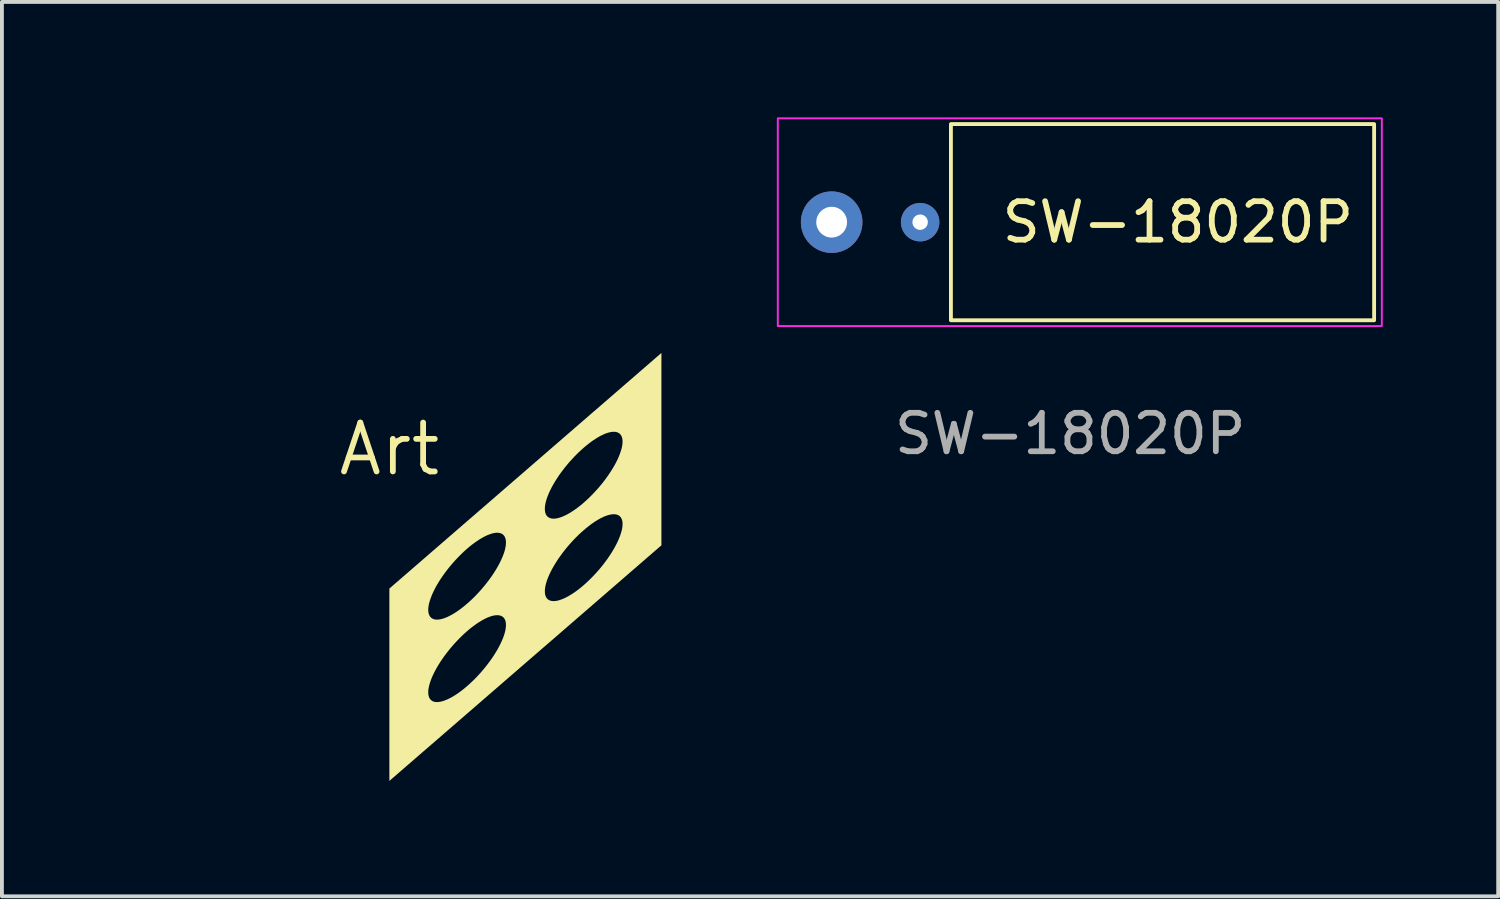
<source format=kicad_pcb>
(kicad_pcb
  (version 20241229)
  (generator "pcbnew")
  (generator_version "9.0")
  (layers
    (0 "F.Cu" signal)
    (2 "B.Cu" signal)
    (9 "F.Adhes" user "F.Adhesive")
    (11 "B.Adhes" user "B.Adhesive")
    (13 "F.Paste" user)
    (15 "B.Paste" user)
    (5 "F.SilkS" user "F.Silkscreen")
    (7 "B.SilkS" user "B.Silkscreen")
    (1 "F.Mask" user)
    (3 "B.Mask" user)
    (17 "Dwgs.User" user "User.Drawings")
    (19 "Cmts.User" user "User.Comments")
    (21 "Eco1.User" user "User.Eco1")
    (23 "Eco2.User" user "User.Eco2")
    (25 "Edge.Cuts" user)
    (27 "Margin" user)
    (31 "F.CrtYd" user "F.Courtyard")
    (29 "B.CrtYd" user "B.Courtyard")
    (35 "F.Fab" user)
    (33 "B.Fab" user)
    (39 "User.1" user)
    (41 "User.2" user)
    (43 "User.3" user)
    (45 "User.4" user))
  (footprint "SW-18020P"
    (layer "F.Cu")
    (at 18.567 2.725)
    (property "Reference" "SW-18020P" (at 9 0 0) (unlocked yes) (layer "F.SilkS") (effects (font (size 1 1) (thickness 0.15))))
    (attr through_hole)
    (fp_rect (start 3.1 -2.55) (end 14.1 2.55) (stroke (width 0.1) (type default)) (fill no) (layer "F.SilkS"))
    (fp_rect (start -1.4 -2.7) (end 14.3 2.7) (stroke (width 0.05) (type default)) (fill no) (layer "F.CrtYd"))
    (fp_text user "${REFERENCE}" (at 6.2 5.5 0) (unlocked yes) (layer "F.Fab") (effects (font (size 1 1) (thickness 0.15))))
    (pad "1" thru_hole circle (at 0 0) (size 1.6 1.6) (drill 0.8) (layers "*.Cu" "*.Mask"))
    (pad "2" thru_hole circle (at 2.3 0) (size 1 1) (drill 0.4) (layers "*.Cu" "*.Mask")))
  (footprint "Art"
    (layer "F.Cu")
    (at 7.071 8.624)
    (property "Reference" "Art" (at 0 0 0) (layer "F.SilkS") (effects (font (size 1.27 1.27) (thickness 0.15))))
    (fp_poly (pts (xy -7.071 -2.5) (xy 0 3.624) (xy 7.071 -2.5) (xy 0 -8.624) (xy -7.071 -2.5) (xy -1.768 -4.031) (xy -1.652 -4.125) (xy -1.53 -4.212) (xy -1.401 -4.293) (xy -1.267 -4.366) (xy -1.128 -4.432) (xy -0.984 -4.49) (xy -0.836 -4.54) (xy -0.685 -4.582) (xy -0.531 -4.616) (xy -0.375 -4.641) (xy -0.218 -4.657) (xy -0.059 -4.664) (xy 0.099 -4.663) (xy 0.257 -4.654) (xy 0.415 -4.635) (xy 0.57 -4.608) (xy 0.723 -4.572) (xy 0.874 -4.529) (xy 1.02 -4.476) (xy 1.163 -4.416) (xy 1.301 -4.349) (xy 1.434 -4.274) (xy 1.561 -4.191) (xy 1.682 -4.102) (xy 1.796 -4.006) (xy 1.902 -3.905) (xy 2.001 -3.797) (xy 2.092 -3.685) (xy 2.175 -3.568) (xy 2.249 -3.446) (xy 2.313 -3.321) (xy 2.369 -3.192) (xy 2.415 -3.06) (xy 2.451 -2.927) (xy 2.477 -2.791) (xy 2.494 -2.654) (xy 2.5 -2.517) (xy 2.496 -2.38) (xy 2.482 -2.243) (xy 2.458 -2.107) (xy 2.425 -1.973) (xy 2.381 -1.841) (xy 2.328 -1.711) (xy 2.266 -1.585) (xy 2.194 -1.462) (xy 2.114 -1.344) (xy 2.025 -1.23) (xy 1.928 -1.122) (xy 1.823 -1.018) (xy 1.711 -0.921) (xy 1.592 -0.83) (xy 1.466 -0.746) (xy 1.335 -0.669) (xy 1.198 -0.6) (xy 1.057 -0.538) (xy 0.911 -0.484) (xy 0.761 -0.438) (xy 0.609 -0.4) (xy 0.454 -0.371) (xy 0.297 -0.35) (xy 0.139 -0.338) (xy -0.02 -0.335) (xy -0.178 -0.34) (xy -0.336 -0.355) (xy -0.493 -0.377) (xy -0.647 -0.409) (xy -0.799 -0.448) (xy -0.948 -0.496) (xy -1.092 -0.553) (xy -1.233 -0.616) (xy -1.368 -0.688) (xy -1.498 -0.767) (xy -1.622 -0.853) (xy -1.739 -0.945) (xy -1.85 -1.044) (xy -1.953 -1.148) (xy -2.048 -1.258) (xy -2.135 -1.373) (xy -2.213 -1.493) (xy -2.282 -1.616) (xy -2.342 -1.743) (xy -2.393 -1.874) (xy -2.434 -2.006) (xy -2.465 -2.141) (xy -2.487 -2.277) (xy -2.498 -2.414) (xy -2.499 -2.552) (xy -2.49 -2.689) (xy -2.472 -2.825) (xy -2.443 -2.96) (xy -2.404 -3.093) (xy -2.356 -3.224) (xy -2.298 -3.352) (xy -2.231 -3.477) (xy -2.155 -3.597) (xy -2.07 -3.714) (xy -1.977 -3.825) (xy -1.876 -3.931) (xy -1.768 -4.031)) (stroke (width 0) (type solid)) (fill yes) (layer "F.Mask"))
    (fp_poly (pts (xy -5.916 0.134) (xy -5.914 0.084) (xy -5.907 0.039) (xy -5.895 -0.002) (xy -5.879 -0.039) (xy -5.858 -0.071) (xy -5.833 -0.098) (xy -5.804 -0.12) (xy -5.77 -0.137) (xy -5.733 -0.149) (xy -5.691 -0.155) (xy -5.646 -0.157) (xy -5.597 -0.153) (xy -5.545 -0.144) (xy -5.489 -0.13) (xy -5.431 -0.111) (xy -5.37 -0.087) (xy -5.306 -0.058) (xy -5.241 -0.024) (xy -5.173 0.014) (xy -5.104 0.057) (xy -5.033 0.105) (xy -4.961 0.156) (xy -4.889 0.212) (xy -4.816 0.271) (xy -4.742 0.334) (xy -4.669 0.399) (xy -4.596 0.468) (xy -4.524 0.54) (xy -4.453 0.614) (xy -4.383 0.69) (xy -4.314 0.768) (xy -4.248 0.847) (xy -4.183 0.927) (xy -4.121 1.008) (xy -4.061 1.09) (xy -4.004 1.172) (xy -3.95 1.254) (xy -3.9 1.335) (xy -3.853 1.416) (xy -3.809 1.495) (xy -3.77 1.573) (xy -3.734 1.649) (xy -3.703 1.723) (xy -3.675 1.795) (xy -3.652 1.864) (xy -3.634 1.93) (xy -3.62 1.993) (xy -3.611 2.053) (xy -3.606 2.108) (xy -3.606 2.16) (xy -3.611 2.208) (xy -3.62 2.251) (xy -3.634 2.29) (xy -3.652 2.324) (xy -3.675 2.354) (xy -3.703 2.378) (xy -3.734 2.398) (xy -3.77 2.412) (xy -3.809 2.422) (xy -3.853 2.426) (xy -3.9 2.425) (xy -3.95 2.418) (xy -4.004 2.407) (xy -4.061 2.39) (xy -4.121 2.369) (xy -4.183 2.342) (xy -4.248 2.311) (xy -4.314 2.274) (xy -4.383 2.234) (xy -4.453 2.188) (xy -4.524 2.139) (xy -4.596 2.085) (xy -4.669 2.028) (xy -4.742 1.967) (xy -4.816 1.903) (xy -4.889 1.835) (xy -4.961 1.765) (xy -5.033 1.692) (xy -5.104 1.617) (xy -5.173 1.54) (xy -5.241 1.462) (xy -5.306 1.382) (xy -5.37 1.301) (xy -5.431 1.219) (xy -5.489 1.138) (xy -5.545 1.056) (xy -5.597 0.974) (xy -5.646 0.893) (xy -5.691 0.813) (xy -5.733 0.734) (xy -5.77 0.657) (xy -5.804 0.582) (xy -5.833 0.509) (xy -5.858 0.439) (xy -5.879 0.371) (xy -5.895 0.307) (xy -5.907 0.245) (xy -5.914 0.188) (xy -5.916 0.134) (xy -7.071 -2.5) (xy -7.071 2.5) (xy 0 8.624) (xy -1.156 5.963) (xy -1.156 6.015) (xy -1.16 6.063) (xy -1.17 6.106) (xy -1.184 6.145) (xy -1.202 6.179) (xy -1.225 6.209) (xy -1.252 6.233) (xy -1.284 6.253) (xy -1.319 6.267) (xy -1.359 6.276) (xy -1.402 6.281) (xy -1.449 6.279) (xy -1.5 6.273) (xy -1.554 6.262) (xy -1.611 6.245) (xy -1.67 6.223) (xy -1.733 6.197) (xy -1.797 6.165) (xy -1.864 6.129) (xy -1.932 6.088) (xy -2.002 6.043) (xy -2.074 5.994) (xy -2.146 5.94) (xy -2.219 5.883) (xy -2.292 5.822) (xy -2.365 5.758) (xy -2.438 5.69) (xy -2.511 5.62) (xy -2.583 5.547) (xy -2.653 5.472) (xy -2.723 5.395) (xy -2.79 5.317) (xy -2.856 5.237) (xy -2.919 5.156) (xy -2.98 5.074) (xy -3.039 4.992) (xy -3.094 4.911) (xy -3.146 4.829) (xy -3.195 4.748) (xy -3.241 4.668) (xy -3.282 4.589) (xy -3.32 4.512) (xy -3.353 4.437) (xy -3.383 4.364) (xy -3.408 4.294) (xy -3.428 4.226) (xy -3.445 4.162) (xy -3.456 4.1) (xy -3.463 4.043) (xy -3.465 3.989) (xy -3.463 3.939) (xy -3.456 3.894) (xy -3.445 3.852) (xy -3.428 3.816) (xy -3.408 3.784) (xy -3.383 3.757) (xy -3.353 3.735) (xy -3.32 3.718) (xy -3.282 3.706) (xy -3.241 3.699) (xy -3.195 3.698) (xy -3.146 3.702) (xy -3.094 3.711) (xy -3.039 3.725) (xy -2.98 3.744) (xy -2.919 3.768) (xy -2.856 3.797) (xy -2.79 3.831) (xy -2.723 3.869) (xy -2.653 3.912) (xy -2.583 3.96) (xy -2.511 4.011) (xy -2.438 4.067) (xy -2.365 4.126) (xy -2.292 4.188) (xy -2.219 4.254) (xy -2.146 4.323) (xy -2.074 4.395) (xy -2.002 4.469) (xy -1.932 4.545) (xy -1.864 4.622) (xy -1.797 4.702) (xy -1.733 4.782) (xy -1.67 4.863) (xy -1.611 4.945) (xy -1.554 5.027) (xy -1.5 5.109) (xy -1.449 5.19) (xy -1.402 5.271) (xy -1.359 5.35) (xy -1.319 5.428) (xy -1.284 5.504) (xy -1.252 5.578) (xy -1.225 5.65) (xy -1.202 5.719) (xy -1.184 5.785) (xy -1.17 5.848) (xy -1.16 5.908) (xy -1.156 5.963) (xy 0 8.624) (xy 0 3.624) (xy -7.071 -2.5)) (stroke (width 0) (type solid)) (fill yes) (layer "F.Mask"))
    (fp_poly (pts (xy 0 8.624) (xy 7.071 2.5) (xy 5.083 3.507) (xy 5.019 3.563) (xy 4.955 3.615) (xy 4.891 3.665) (xy 4.828 3.711) (xy 4.766 3.753) (xy 4.705 3.791) (xy 4.646 3.826) (xy 4.588 3.857) (xy 4.532 3.883) (xy 4.478 3.905) (xy 4.426 3.923) (xy 4.377 3.937) (xy 4.331 3.946) (xy 4.287 3.95) (xy 4.247 3.95) (xy 4.21 3.945) (xy 4.176 3.936) (xy 4.146 3.922) (xy 4.119 3.904) (xy 4.096 3.881) (xy 4.077 3.855) (xy 4.062 3.824) (xy 4.051 3.789) (xy 4.044 3.75) (xy 4.041 3.707) (xy 4.042 3.661) (xy 4.047 3.611) (xy 4.056 3.559) (xy 4.069 3.503) (xy 4.086 3.444) (xy 4.107 3.383) (xy 4.132 3.32) (xy 4.16 3.255) (xy 4.192 3.188) (xy 4.228 3.119) (xy 4.267 3.05) (xy 4.309 2.979) (xy 4.354 2.908) (xy 4.401 2.836) (xy 4.452 2.765) (xy 4.505 2.693) (xy 4.56 2.622) (xy 4.617 2.552) (xy 4.675 2.483) (xy 4.736 2.415) (xy 4.797 2.349) (xy 4.86 2.285) (xy 4.923 2.223) (xy 4.987 2.164) (xy 5.051 2.107) (xy 5.115 2.053) (xy 5.179 2.002) (xy 5.242 1.954) (xy 5.304 1.91) (xy 5.366 1.869) (xy 5.426 1.833) (xy 5.485 1.8) (xy 5.542 1.772) (xy 5.597 1.747) (xy 5.65 1.727) (xy 5.7 1.712) (xy 5.748 1.7) (xy 5.793 1.694) (xy 5.835 1.692) (xy 5.874 1.694) (xy 5.909 1.701) (xy 5.941 1.713) (xy 5.97 1.729) (xy 5.994 1.749) (xy 6.015 1.774) (xy 6.032 1.803) (xy 6.046 1.836) (xy 6.055 1.872) (xy 6.06 1.913) (xy 6.061 1.958) (xy 6.058 2.006) (xy 6.051 2.057) (xy 6.04 2.111) (xy 6.024 2.168) (xy 6.005 2.228) (xy 5.982 2.29) (xy 5.956 2.354) (xy 5.926 2.421) (xy 5.892 2.488) (xy 5.855 2.557) (xy 5.814 2.628) (xy 5.771 2.699) (xy 5.724 2.77) (xy 5.675 2.842) (xy 5.624 2.913) (xy 5.57 2.985) (xy 5.514 3.055) (xy 5.456 3.125) (xy 5.396 3.193) (xy 5.335 3.26) (xy 5.273 3.325) (xy 5.21 3.388) (xy 5.147 3.449) (xy 5.083 3.507) (xy 7.071 2.5) (xy 7.071 -2.5) (xy 5.051 -0.036) (xy 5.115 -0.09) (xy 5.179 -0.141) (xy 5.242 -0.189) (xy 5.304 -0.233) (xy 5.366 -0.273) (xy 5.426 -0.31) (xy 5.485 -0.343) (xy 5.542 -0.371) (xy 5.597 -0.396) (xy 5.65 -0.416) (xy 5.7 -0.431) (xy 5.748 -0.442) (xy 5.793 -0.449) (xy 5.835 -0.451) (xy 5.874 -0.449) (xy 5.909 -0.442) (xy 5.941 -0.43) (xy 5.97 -0.414) (xy 5.994 -0.394) (xy 6.015 -0.369) (xy 6.032 -0.34) (xy 6.046 -0.307) (xy 6.055 -0.27) (xy 6.06 -0.23) (xy 6.061 -0.185) (xy 6.058 -0.137) (xy 6.051 -0.086) (xy 6.04 -0.032) (xy 6.024 0.025) (xy 6.005 0.085) (xy 5.982 0.147) (xy 5.956 0.212) (xy 5.926 0.278) (xy 5.892 0.346) (xy 5.855 0.415) (xy 5.814 0.485) (xy 5.771 0.556) (xy 5.724 0.627) (xy 5.675 0.699) (xy 5.624 0.77) (xy 5.57 0.842) (xy 5.514 0.912) (xy 5.456 0.982) (xy 5.396 1.05) (xy 5.335 1.117) (xy 5.273 1.182) (xy 5.21 1.245) (xy 5.147 1.306) (xy 5.083 1.364) (xy 5.019 1.42) (xy 4.955 1.472) (xy 4.891 1.522) (xy 4.828 1.568) (xy 4.766 1.61) (xy 4.705 1.649) (xy 4.646 1.683) (xy 4.588 1.714) (xy 4.532 1.74) (xy 4.478 1.763) (xy 4.426 1.78) (xy 4.377 1.794) (xy 4.331 1.803) (xy 4.287 1.807) (xy 4.247 1.807) (xy 4.21 1.802) (xy 4.176 1.793) (xy 4.146 1.779) (xy 4.119 1.761) (xy 4.096 1.739) (xy 4.077 1.712) (xy 4.062 1.681) (xy 4.051 1.646) (xy 4.044 1.607) (xy 4.041 1.564) (xy 4.042 1.518) (xy 4.047 1.468) (xy 4.056 1.416) (xy 4.069 1.36) (xy 4.086 1.301) (xy 4.107 1.24) (xy 4.132 1.177) (xy 4.16 1.112) (xy 4.192 1.045) (xy 4.228 0.976) (xy 4.267 0.907) (xy 4.309 0.836) (xy 4.354 0.765) (xy 4.401 0.693) (xy 4.452 0.622) (xy 4.505 0.55) (xy 4.56 0.479) (xy 4.617 0.409) (xy 4.675 0.34) (xy 4.736 0.273) (xy 4.797 0.207) (xy 4.86 0.142) (xy 4.923 0.08) (xy 4.987 0.021) (xy 5.051 -0.036) (xy 7.071 -2.5) (xy 0 3.624) (xy 2.02 2.588) (xy 2.084 2.534) (xy 2.148 2.483) (xy 2.211 2.436) (xy 2.274 2.392) (xy 2.336 2.351) (xy 2.396 2.314) (xy 2.454 2.282) (xy 2.511 2.253) (xy 2.566 2.229) (xy 2.619 2.209) (xy 2.67 2.193) (xy 2.717 2.182) (xy 2.762 2.175) (xy 2.804 2.173) (xy 2.843 2.176) (xy 2.879 2.183) (xy 2.911 2.194) (xy 2.939 2.21) (xy 2.964 2.231) (xy 2.985 2.255) (xy 3.002 2.284) (xy 3.015 2.317) (xy 3.024 2.354) (xy 3.029 2.395) (xy 3.03 2.439) (xy 3.027 2.487) (xy 3.02 2.538) (xy 3.009 2.593) (xy 2.994 2.65) (xy 2.975 2.71) (xy 2.952 2.772) (xy 2.925 2.836) (xy 2.895 2.902) (xy 2.861 2.97) (xy 2.824 3.039) (xy 2.784 3.109) (xy 2.74 3.18) (xy 2.694 3.252) (xy 2.645 3.323) (xy 2.593 3.395) (xy 2.539 3.466) (xy 2.483 3.537) (xy 2.425 3.606) (xy 2.366 3.675) (xy 2.305 3.742) (xy 2.243 3.807) (xy 2.18 3.87) (xy 2.116 3.931) (xy 2.052 3.989) (xy 1.988 4.044) (xy 1.924 4.097) (xy 1.861 4.146) (xy 1.798 4.192) (xy 1.736 4.234) (xy 1.675 4.273) (xy 1.615 4.308) (xy 1.557 4.338) (xy 1.501 4.365) (xy 1.447 4.387) (xy 1.396 4.405) (xy 1.347 4.418) (xy 1.3 4.427) (xy 1.257 4.432) (xy 1.216 4.431) (xy 1.179 4.427) (xy 1.145 4.417) (xy 1.115 4.404) (xy 1.089 4.386) (xy 1.066 4.363) (xy 1.047 4.336) (xy 1.032 4.305) (xy 1.02 4.27) (xy 1.013 4.231) (xy 1.01 4.189) (xy 1.011 4.143) (xy 1.016 4.093) (xy 1.025 4.04) (xy 1.039 3.984) (xy 1.056 3.926) (xy 1.077 3.865) (xy 1.101 3.802) (xy 1.13 3.736) (xy 1.162 3.669) (xy 1.197 3.601) (xy 1.236 3.531) (xy 1.278 3.461) (xy 1.323 3.389) (xy 1.371 3.318) (xy 1.421 3.246) (xy 1.474 3.175) (xy 1.529 3.104) (xy 1.586 3.034) (xy 1.645 2.965) (xy 1.705 2.897) (xy 1.767 2.831) (xy 1.829 2.767) (xy 1.892 2.705) (xy 1.956 2.645) (xy 2.02 2.588) (xy 0 3.624) (xy 0 8.624) (xy 2.052 6.132) (xy 1.988 6.187) (xy 1.924 6.24) (xy 1.861 6.289) (xy 1.798 6.335) (xy 1.736 6.377) (xy 1.675 6.416) (xy 1.615 6.451) (xy 1.557 6.481) (xy 1.501 6.508) (xy 1.447 6.53) (xy 1.396 6.548) (xy 1.347 6.561) (xy 1.3 6.57) (xy 1.257 6.574) (xy 1.216 6.574) (xy 1.179 6.57) (xy 1.145 6.56) (xy 1.115 6.547) (xy 1.089 6.528) (xy 1.066 6.506) (xy 1.047 6.479) (xy 1.032 6.448) (xy 1.02 6.413) (xy 1.013 6.374) (xy 1.01 6.332) (xy 1.011 6.285) (xy 1.016 6.236) (xy 1.025 6.183) (xy 1.039 6.127) (xy 1.056 6.069) (xy 1.077 6.008) (xy 1.101 5.945) (xy 1.13 5.879) (xy 1.162 5.812) (xy 1.197 5.744) (xy 1.236 5.674) (xy 1.278 5.604) (xy 1.323 5.532) (xy 1.371 5.461) (xy 1.421 5.389) (xy 1.474 5.318) (xy 1.529 5.247) (xy 1.586 5.177) (xy 1.645 5.108) (xy 1.705 5.04) (xy 1.767 4.974) (xy 1.829 4.91) (xy 1.892 4.848) (xy 1.956 4.788) (xy 2.02 4.731) (xy 2.084 4.677) (xy 2.148 4.626) (xy 2.211 4.579) (xy 2.274 4.534) (xy 2.336 4.494) (xy 2.396 4.457) (xy 2.454 4.425) (xy 2.511 4.396) (xy 2.566 4.372) (xy 2.619 4.352) (xy 2.67 4.336) (xy 2.717 4.325) (xy 2.762 4.318) (xy 2.804 4.316) (xy 2.843 4.319) (xy 2.879 4.326) (xy 2.911 4.337) (xy 2.939 4.353) (xy 2.964 4.373) (xy 2.985 4.398) (xy 3.002 4.427) (xy 3.015 4.46) (xy 3.024 4.497) (xy 3.029 4.538) (xy 3.03 4.582) (xy 3.027 4.63) (xy 3.02 4.681) (xy 3.009 4.736) (xy 2.994 4.793) (xy 2.975 4.852) (xy 2.952 4.915) (xy 2.925 4.979) (xy 2.895 5.045) (xy 2.861 5.113) (xy 2.824 5.182) (xy 2.784 5.252) (xy 2.74 5.323) (xy 2.694 5.395) (xy 2.645 5.466) (xy 2.593 5.538) (xy 2.539 5.609) (xy 2.483 5.68) (xy 2.425 5.749) (xy 2.366 5.818) (xy 2.305 5.884) (xy 2.243 5.95) (xy 2.18 6.013) (xy 2.116 6.073) (xy 2.052 6.132)) (stroke (width 0) (type solid)) (fill yes) (layer "F.SilkS"))
    (zone (net_name "") (layers "F.Cu" "F.CrtYd") (hatch edge 0.5) (connect_pads) (min_thickness 0.25) (filled_areas_thickness no) (keepout (tracks not_allowed) (vias not_allowed) (pads not_allowed) (copperpour not_allowed) (footprints not_allowed)) (placement (enabled no)) (fill) (polygon (pts (xy 0 6.124) (xy 0 11.124) (xy 7.071 17.247) (xy 7.071 12.247)))))
  (gr_rect
    (start -3 -3)
    (end 35.892 20.247)
    (stroke (width 0.1) (type default))
    (fill no)
    (layer "Edge.Cuts")))
</source>
